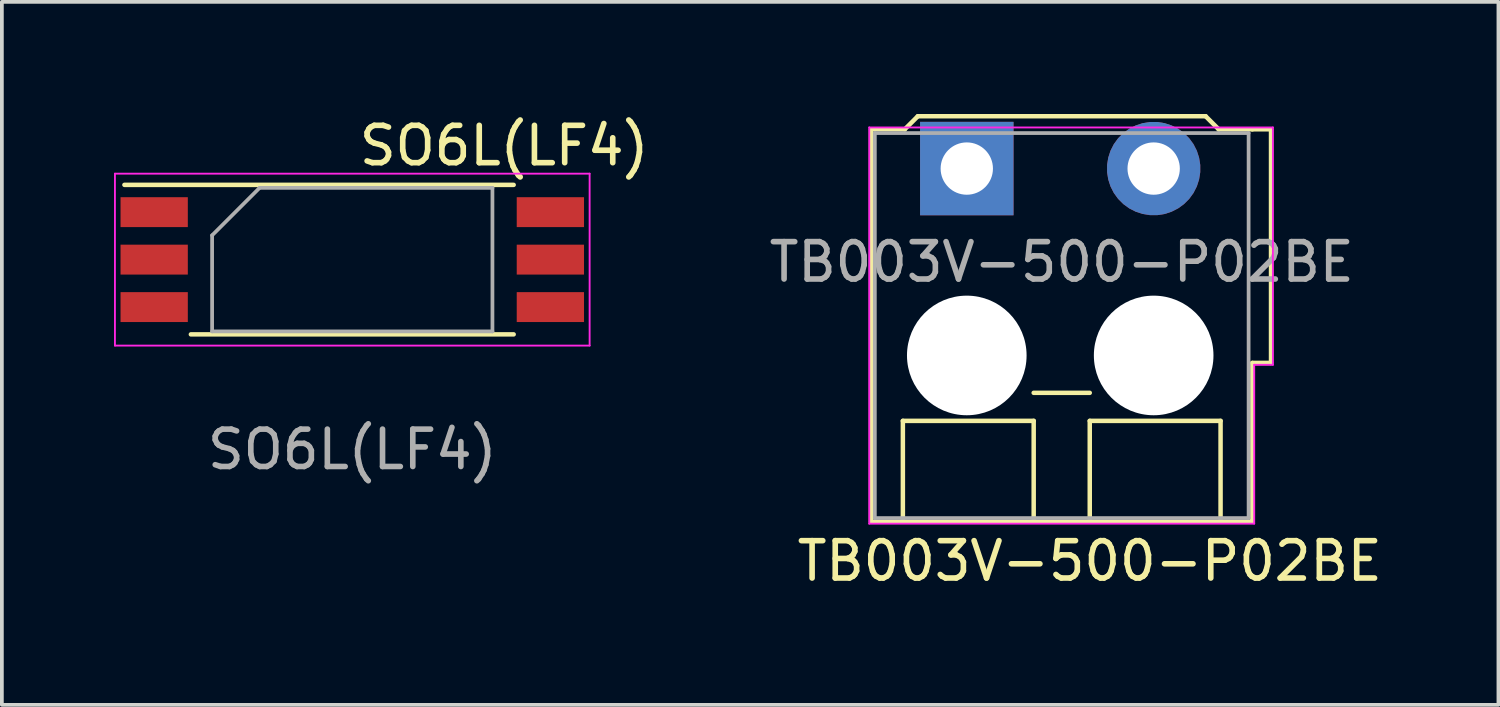
<source format=kicad_pcb>
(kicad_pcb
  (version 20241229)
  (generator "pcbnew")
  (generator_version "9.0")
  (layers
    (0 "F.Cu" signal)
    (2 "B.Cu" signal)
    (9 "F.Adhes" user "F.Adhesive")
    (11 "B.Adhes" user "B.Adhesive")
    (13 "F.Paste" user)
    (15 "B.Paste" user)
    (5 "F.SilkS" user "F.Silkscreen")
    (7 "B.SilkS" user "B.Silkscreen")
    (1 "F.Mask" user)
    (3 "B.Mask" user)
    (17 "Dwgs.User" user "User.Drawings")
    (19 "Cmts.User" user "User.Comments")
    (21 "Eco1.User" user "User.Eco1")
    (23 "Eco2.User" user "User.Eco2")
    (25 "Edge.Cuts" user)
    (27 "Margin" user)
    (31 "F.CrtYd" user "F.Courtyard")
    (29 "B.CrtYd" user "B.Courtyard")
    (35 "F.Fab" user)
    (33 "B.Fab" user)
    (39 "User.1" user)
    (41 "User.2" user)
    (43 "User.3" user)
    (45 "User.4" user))
  (footprint "SO6L(LF4)"
    (layer "F.Cu")
    (at 6.375 3.896)
    (property "Reference" "SO6L(LF4)" (at 4.064 -3.048 0) (unlocked yes) (layer "F.SilkS") (effects (font (size 1 1) (thickness 0.15))))
    (attr smd)
    (fp_line (start -6.096 -2) (end 4.318 -2) (stroke (width 0.12) (type solid)) (layer "F.SilkS"))
    (fp_line (start -4.318 2) (end 4.318 2) (stroke (width 0.12) (type solid)) (layer "F.SilkS"))
    (fp_line (start -6.35 -2.3) (end -6.35 2.3) (stroke (width 0.05) (type solid)) (layer "F.CrtYd"))
    (fp_line (start -6.35 2.3) (end 6.35 2.3) (stroke (width 0.05) (type solid)) (layer "F.CrtYd"))
    (fp_line (start 6.35 -2.3) (end -6.35 -2.3) (stroke (width 0.05) (type solid)) (layer "F.CrtYd"))
    (fp_line (start 6.35 2.3) (end 6.35 -2.3) (stroke (width 0.05) (type solid)) (layer "F.CrtYd"))
    (fp_line (start -3.75 1.92) (end -3.75 -0.65) (stroke (width 0.1) (type solid)) (layer "F.Fab"))
    (fp_line (start -3.75 1.92) (end 3.75 1.92) (stroke (width 0.1) (type solid)) (layer "F.Fab"))
    (fp_line (start -2.48 -1.92) (end -3.75 -0.65) (stroke (width 0.1) (type solid)) (layer "F.Fab"))
    (fp_line (start -2.48 -1.92) (end 3.75 -1.92) (stroke (width 0.1) (type solid)) (layer "F.Fab"))
    (fp_line (start 3.75 -1.92) (end 3.75 1.92) (stroke (width 0.1) (type solid)) (layer "F.Fab"))
    (fp_text user "${REFERENCE}" (at 0 5.08 0) (unlocked yes) (layer "F.Fab") (effects (font (size 1 1) (thickness 0.15))))
    (pad "1" smd rect (at -5.3 -1.27) (size 1.8 0.8) (layers "F.Cu" "F.Mask" "F.Paste"))
    (pad "2" smd rect (at -5.3 0) (size 1.8 0.8) (layers "F.Cu" "F.Mask" "F.Paste"))
    (pad "3" smd rect (at -5.3 1.27) (size 1.8 0.8) (layers "F.Cu" "F.Mask" "F.Paste"))
    (pad "4" smd rect (at 5.3 1.27) (size 1.8 0.8) (layers "F.Cu" "F.Mask" "F.Paste"))
    (pad "5" smd rect (at 5.3 0) (size 1.8 0.8) (layers "F.Cu" "F.Mask" "F.Paste"))
    (pad "6" smd rect (at 5.3 -1.27) (size 1.8 0.8) (layers "F.Cu" "F.Mask" "F.Paste")))
  (footprint "TB003V-500-P02BE"
    (layer "F.Cu")
    (at 25.356 1.46)
    (property "Reference" "TB003V-500-P02BE" (at 0.75 10.5 0) (unlocked yes) (layer "F.SilkS") (effects (font (size 1 1) (thickness 0.15))))
    (attr through_hole)
    (fp_line (start -5.1 -1.05) (end -5.1 9.45) (stroke (width 0.12) (type solid)) (layer "F.SilkS"))
    (fp_line (start -5.1 -1.05) (end -4.2 -1.05) (stroke (width 0.12) (type solid)) (layer "F.SilkS"))
    (fp_line (start -5.1 9.45) (end 5.1 9.45) (stroke (width 0.12) (type solid)) (layer "F.SilkS"))
    (fp_line (start -4.25 6.75) (end -0.75 6.75) (stroke (width 0.12) (type solid)) (layer "F.SilkS"))
    (fp_line (start -4.25 9.45) (end -4.25 6.75) (stroke (width 0.12) (type solid)) (layer "F.SilkS"))
    (fp_line (start -4.2 -1.05) (end -3.85 -1.4) (stroke (width 0.12) (type solid)) (layer "F.SilkS"))
    (fp_line (start -0.75 6) (end 0.75 6) (stroke (width 0.12) (type solid)) (layer "F.SilkS"))
    (fp_line (start -0.75 9.45) (end -0.75 6.75) (stroke (width 0.12) (type solid)) (layer "F.SilkS"))
    (fp_line (start 0.75 6.75) (end 4.25 6.75) (stroke (width 0.12) (type solid)) (layer "F.SilkS"))
    (fp_line (start 0.75 9.45) (end 0.75 6.75) (stroke (width 0.12) (type solid)) (layer "F.SilkS"))
    (fp_line (start 3.85 -1.4) (end -3.85 -1.4) (stroke (width 0.12) (type solid)) (layer "F.SilkS"))
    (fp_line (start 4.2 -1.05) (end 3.85 -1.4) (stroke (width 0.12) (type solid)) (layer "F.SilkS"))
    (fp_line (start 4.2 -1.05) (end 5.1 -1.05) (stroke (width 0.12) (type solid)) (layer "F.SilkS"))
    (fp_line (start 4.25 9.45) (end 4.25 6.75) (stroke (width 0.12) (type solid)) (layer "F.SilkS"))
    (fp_line (start 5.1 -1.05) (end 5.6 -1.05) (stroke (width 0.12) (type solid)) (layer "F.SilkS"))
    (fp_line (start 5.1 5.2) (end 5.6 5.2) (stroke (width 0.12) (type solid)) (layer "F.SilkS"))
    (fp_line (start 5.1 9.45) (end 5.1 5.2) (stroke (width 0.12) (type solid)) (layer "F.SilkS"))
    (fp_line (start 5.6 -1.05) (end 5.6 5.2) (stroke (width 0.12) (type solid)) (layer "F.SilkS"))
    (fp_line (start -5.15 -1.1) (end 5.65 -1.1) (stroke (width 0.05) (type solid)) (layer "F.CrtYd"))
    (fp_line (start -5.15 9.5) (end -5.15 -1.1) (stroke (width 0.05) (type solid)) (layer "F.CrtYd"))
    (fp_line (start 5.15 5.25) (end 5.15 9.5) (stroke (width 0.05) (type solid)) (layer "F.CrtYd"))
    (fp_line (start 5.15 9.5) (end -5.15 9.5) (stroke (width 0.05) (type solid)) (layer "F.CrtYd"))
    (fp_line (start 5.65 -1.1) (end 5.65 5.25) (stroke (width 0.05) (type solid)) (layer "F.CrtYd"))
    (fp_line (start 5.65 5.25) (end 5.15 5.25) (stroke (width 0.05) (type solid)) (layer "F.CrtYd"))
    (fp_line (start -5 -0.95) (end -5 9.35) (stroke (width 0.1) (type solid)) (layer "F.Fab"))
    (fp_line (start -5 -0.95) (end 5 -0.95) (stroke (width 0.1) (type solid)) (layer "F.Fab"))
    (fp_line (start -5 9.35) (end 5 9.35) (stroke (width 0.1) (type solid)) (layer "F.Fab"))
    (fp_line (start 5 -0.95) (end 5 9.35) (stroke (width 0.1) (type solid)) (layer "F.Fab"))
    (fp_text user "${REFERENCE}" (at 0 2.5 0) (unlocked yes) (layer "F.Fab") (effects (font (size 1 1) (thickness 0.15))))
    (pad "" np_thru_hole circle (at -2.54 5) (size 3.2 3.2) (drill 3.2) (layers "*.Cu" "*.Mask"))
    (pad "" np_thru_hole circle (at 2.46 5) (size 3.2 3.2) (drill 3.2) (layers "*.Cu" "*.Mask"))
    (pad "1" thru_hole trapezoid (at -2.54 0) (size 2.5 2.5) (drill 1.4) (layers "*.Cu" "*.Mask"))
    (pad "2" thru_hole custom (at 2.46 0) (size 2.5 2.5) (drill 1.4) (layers "*.Cu" "*.Mask") (options (anchor circle)) (primitives)))
  (gr_rect
    (start -3 -3)
    (end 37.04 15.808)
    (stroke (width 0.1) (type default))
    (fill no)
    (layer "Edge.Cuts")))
</source>
